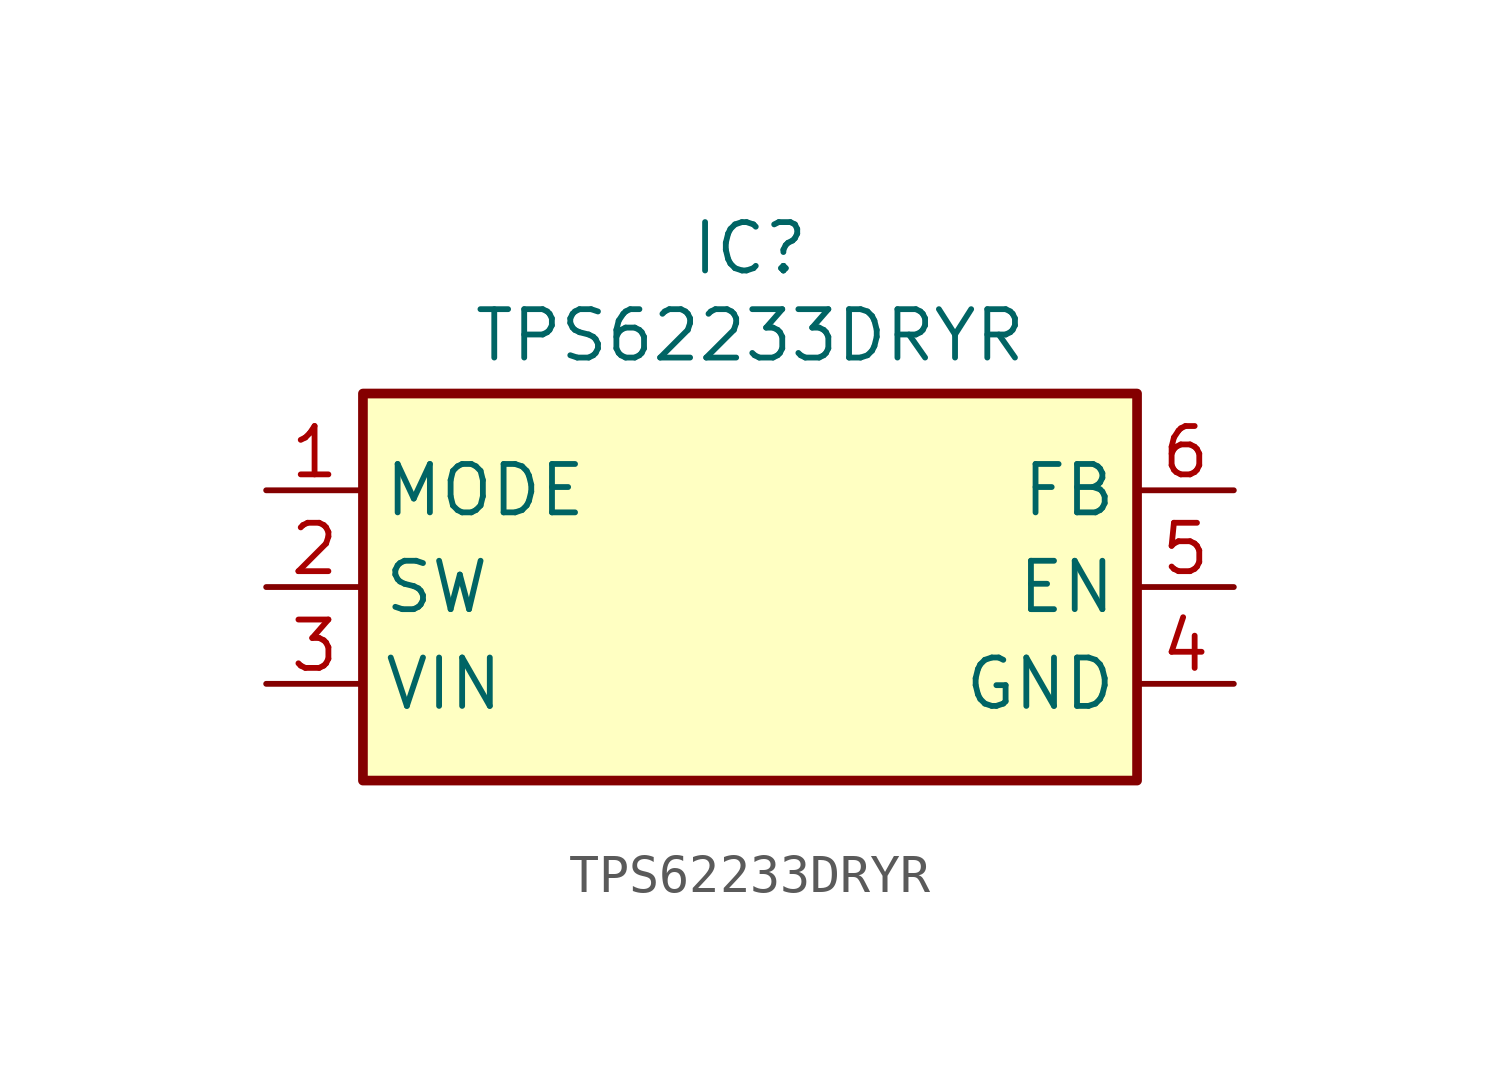
<source format=kicad_sym>
(kicad_symbol_lib
  (version 20231120)
  (generator "kicad_symbol_editor")
  (generator_version "8.0")
  (symbol "TPS62233DRYR"
    (property "Reference" "IC"
      (at 0 5.08 0)
      (effects (font (size 1.27 1.27))))
    (property "Value" "TPS62233DRYR"
      (at 0 2.794 0)
      (effects (font (size 1.27 1.27))))
    (symbol "TPS62233DRYR_0_1"
      (rectangle (start -10.16 1.27) (end 10.16 -8.89) (stroke (width 0.254) (type default)) (fill (type background))))
    (symbol "TPS62233DRYR_1_1"
      (pin input line (at -12.7 -1.27 0) (length 2.54) (name "MODE" (effects (font (size 1.27 1.27)))) (number "1" (effects (font (size 1.27 1.27)))))
      (pin output line (at -12.7 -3.81 0) (length 2.54) (name "SW" (effects (font (size 1.27 1.27)))) (number "2" (effects (font (size 1.27 1.27)))))
      (pin power_in line (at -12.7 -6.35 0) (length 2.54) (name "VIN" (effects (font (size 1.27 1.27)))) (number "3" (effects (font (size 1.27 1.27)))))
      (pin power_in line (at 12.7 -6.35 180) (length 2.54) (name "GND" (effects (font (size 1.27 1.27)))) (number "4" (effects (font (size 1.27 1.27)))))
      (pin input line (at 12.7 -3.81 180) (length 2.54) (name "EN" (effects (font (size 1.27 1.27)))) (number "5" (effects (font (size 1.27 1.27)))))
      (pin input line (at 12.7 -1.27 180) (length 2.54) (name "FB" (effects (font (size 1.27 1.27)))) (number "6" (effects (font (size 1.27 1.27))))))))
</source>
